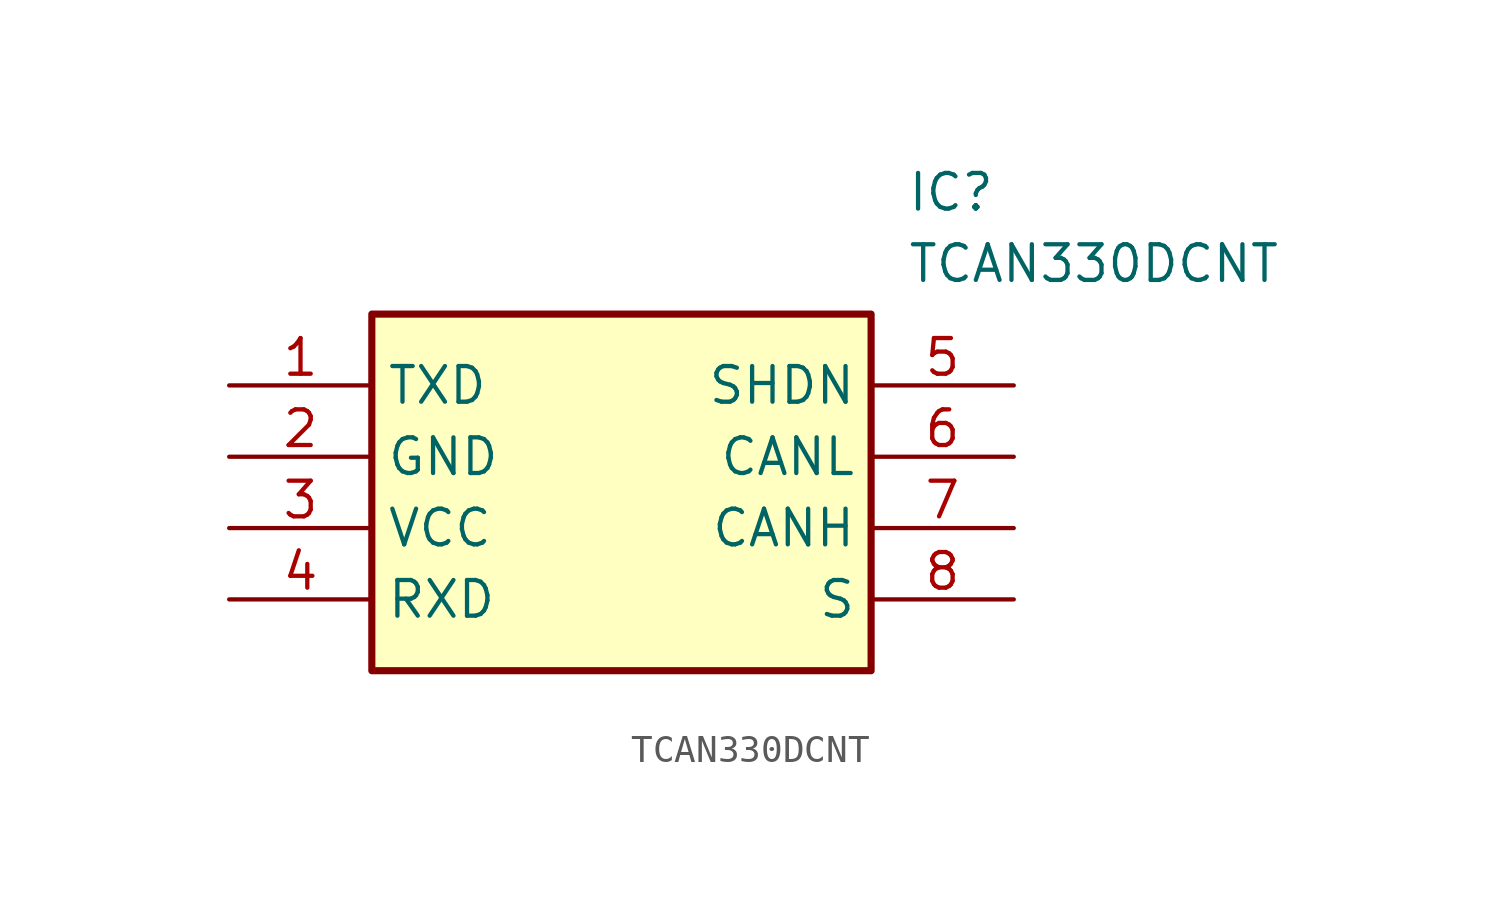
<source format=kicad_sym>
(kicad_symbol_lib
  (version 20241209)
  (generator "kicad_symbol_editor")
  (generator_version "9.0")
  (symbol "TCAN330DCNT"
    (property "Reference" "IC"
      (at 24.13 7.62 0)
      (effects (font (size 1.27 1.27)) (justify left top)))
    (property "Value" "TCAN330DCNT"
      (at 24.13 5.08 0)
      (effects (font (size 1.27 1.27)) (justify left top)))
    (symbol "TCAN330DCNT_1_1"
      (rectangle (start 5.08 2.54) (end 22.86 -10.16) (stroke (width 0.254) (type default)) (fill (type background)))
      (pin passive line (at 0 0 0) (length 5.08) (name "TXD" (effects (font (size 1.27 1.27)))) (number "1" (effects (font (size 1.27 1.27)))))
      (pin passive line (at 0 -2.54 0) (length 5.08) (name "GND" (effects (font (size 1.27 1.27)))) (number "2" (effects (font (size 1.27 1.27)))))
      (pin passive line (at 0 -5.08 0) (length 5.08) (name "VCC" (effects (font (size 1.27 1.27)))) (number "3" (effects (font (size 1.27 1.27)))))
      (pin passive line (at 0 -7.62 0) (length 5.08) (name "RXD" (effects (font (size 1.27 1.27)))) (number "4" (effects (font (size 1.27 1.27)))))
      (pin passive line (at 27.94 0 180) (length 5.08) (name "SHDN" (effects (font (size 1.27 1.27)))) (number "5" (effects (font (size 1.27 1.27)))))
      (pin passive line (at 27.94 -2.54 180) (length 5.08) (name "CANL" (effects (font (size 1.27 1.27)))) (number "6" (effects (font (size 1.27 1.27)))))
      (pin passive line (at 27.94 -5.08 180) (length 5.08) (name "CANH" (effects (font (size 1.27 1.27)))) (number "7" (effects (font (size 1.27 1.27)))))
      (pin passive line (at 27.94 -7.62 180) (length 5.08) (name "S" (effects (font (size 1.27 1.27)))) (number "8" (effects (font (size 1.27 1.27))))))))
</source>
